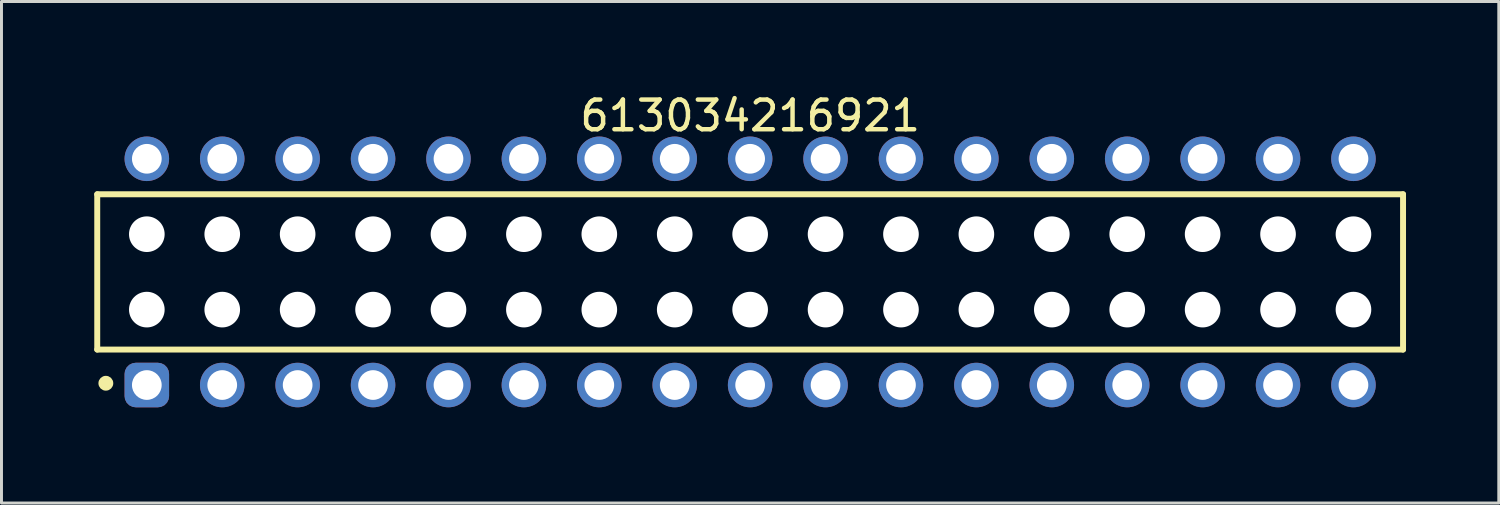
<source format=kicad_pcb>
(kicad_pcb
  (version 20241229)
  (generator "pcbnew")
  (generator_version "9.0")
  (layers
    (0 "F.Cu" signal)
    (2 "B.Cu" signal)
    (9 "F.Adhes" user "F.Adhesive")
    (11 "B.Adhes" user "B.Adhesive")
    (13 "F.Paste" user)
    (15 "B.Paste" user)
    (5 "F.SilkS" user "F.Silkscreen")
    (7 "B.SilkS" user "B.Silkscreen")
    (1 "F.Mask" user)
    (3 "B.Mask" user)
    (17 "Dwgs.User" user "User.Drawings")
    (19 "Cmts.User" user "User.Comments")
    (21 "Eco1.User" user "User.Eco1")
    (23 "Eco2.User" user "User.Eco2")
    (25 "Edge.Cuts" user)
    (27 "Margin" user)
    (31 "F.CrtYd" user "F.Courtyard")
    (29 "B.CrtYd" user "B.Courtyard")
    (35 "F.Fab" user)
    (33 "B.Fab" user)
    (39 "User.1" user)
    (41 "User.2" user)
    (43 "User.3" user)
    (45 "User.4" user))
  (footprint "613034216921"
    (layer "F.Cu")
    (at 22.215 6.108)
    (property "Reference" "613034216921" (at 0 -5.26 0) (layer "F.SilkS") (effects (font (size 1 1) (thickness 0.15))))
    (fp_line (start -21.99 -2.615) (end 21.99 -2.615) (stroke (width 0.2) (type solid)) (layer "F.SilkS"))
    (fp_line (start -21.99 2.615) (end -21.99 -2.615) (stroke (width 0.2) (type solid)) (layer "F.SilkS"))
    (fp_line (start -21.99 2.615) (end 21.99 2.615) (stroke (width 0.2) (type solid)) (layer "F.SilkS"))
    (fp_line (start 21.99 2.615) (end 21.99 -2.615) (stroke (width 0.2) (type solid)) (layer "F.SilkS"))
    (fp_circle (center -21.7 3.75) (end -21.7 3.625) (stroke (width 0.25) (type solid)) (fill no) (layer "F.SilkS"))
    (fp_line (start -22.19 -4.76) (end 22.19 -4.76) (stroke (width 0.05) (type solid)) (layer "Eco2.User"))
    (fp_line (start -22.19 4.76) (end -22.19 -4.76) (stroke (width 0.05) (type solid)) (layer "Eco2.User"))
    (fp_line (start -22.19 4.76) (end 22.19 4.76) (stroke (width 0.05) (type solid)) (layer "Eco2.User"))
    (fp_line (start -21.84 -2.54) (end 21.84 -2.54) (stroke (width 0.1) (type solid)) (layer "Eco2.User"))
    (fp_line (start -21.84 2.54) (end -21.84 -2.54) (stroke (width 0.1) (type solid)) (layer "Eco2.User"))
    (fp_line (start -21.84 2.54) (end 21.84 2.54) (stroke (width 0.1) (type solid)) (layer "Eco2.User"))
    (fp_line (start -20.72 -3.935) (end -19.92 -3.935) (stroke (width 0.1) (type solid)) (layer "Eco2.User"))
    (fp_line (start -20.72 -2.54) (end -20.72 -3.935) (stroke (width 0.1) (type solid)) (layer "Eco2.User"))
    (fp_line (start -20.72 3.935) (end -20.72 2.54) (stroke (width 0.1) (type solid)) (layer "Eco2.User"))
    (fp_line (start -20.72 3.935) (end -19.92 3.935) (stroke (width 0.1) (type solid)) (layer "Eco2.User"))
    (fp_line (start -19.92 -2.54) (end -19.92 -3.935) (stroke (width 0.1) (type solid)) (layer "Eco2.User"))
    (fp_line (start -19.92 3.935) (end -19.92 2.54) (stroke (width 0.1) (type solid)) (layer "Eco2.User"))
    (fp_line (start -18.18 -3.935) (end -17.38 -3.935) (stroke (width 0.1) (type solid)) (layer "Eco2.User"))
    (fp_line (start -18.18 -2.54) (end -18.18 -3.935) (stroke (width 0.1) (type solid)) (layer "Eco2.User"))
    (fp_line (start -18.18 3.935) (end -18.18 2.54) (stroke (width 0.1) (type solid)) (layer "Eco2.User"))
    (fp_line (start -18.18 3.935) (end -17.38 3.935) (stroke (width 0.1) (type solid)) (layer "Eco2.User"))
    (fp_line (start -17.38 -2.54) (end -17.38 -3.935) (stroke (width 0.1) (type solid)) (layer "Eco2.User"))
    (fp_line (start -17.38 3.935) (end -17.38 2.54) (stroke (width 0.1) (type solid)) (layer "Eco2.User"))
    (fp_line (start -15.64 -3.935) (end -14.84 -3.935) (stroke (width 0.1) (type solid)) (layer "Eco2.User"))
    (fp_line (start -15.64 -2.54) (end -15.64 -3.935) (stroke (width 0.1) (type solid)) (layer "Eco2.User"))
    (fp_line (start -15.64 3.935) (end -15.64 2.54) (stroke (width 0.1) (type solid)) (layer "Eco2.User"))
    (fp_line (start -15.64 3.935) (end -14.84 3.935) (stroke (width 0.1) (type solid)) (layer "Eco2.User"))
    (fp_line (start -14.84 -2.54) (end -14.84 -3.935) (stroke (width 0.1) (type solid)) (layer "Eco2.User"))
    (fp_line (start -14.84 3.935) (end -14.84 2.54) (stroke (width 0.1) (type solid)) (layer "Eco2.User"))
    (fp_line (start -13.1 -3.935) (end -12.3 -3.935) (stroke (width 0.1) (type solid)) (layer "Eco2.User"))
    (fp_line (start -13.1 -2.54) (end -13.1 -3.935) (stroke (width 0.1) (type solid)) (layer "Eco2.User"))
    (fp_line (start -13.1 3.935) (end -13.1 2.54) (stroke (width 0.1) (type solid)) (layer "Eco2.User"))
    (fp_line (start -13.1 3.935) (end -12.3 3.935) (stroke (width 0.1) (type solid)) (layer "Eco2.User"))
    (fp_line (start -12.3 -2.54) (end -12.3 -3.935) (stroke (width 0.1) (type solid)) (layer "Eco2.User"))
    (fp_line (start -12.3 3.935) (end -12.3 2.54) (stroke (width 0.1) (type solid)) (layer "Eco2.User"))
    (fp_line (start -10.56 -3.935) (end -9.76 -3.935) (stroke (width 0.1) (type solid)) (layer "Eco2.User"))
    (fp_line (start -10.56 -2.54) (end -10.56 -3.935) (stroke (width 0.1) (type solid)) (layer "Eco2.User"))
    (fp_line (start -10.56 3.935) (end -10.56 2.54) (stroke (width 0.1) (type solid)) (layer "Eco2.User"))
    (fp_line (start -10.56 3.935) (end -9.76 3.935) (stroke (width 0.1) (type solid)) (layer "Eco2.User"))
    (fp_line (start -9.76 -2.54) (end -9.76 -3.935) (stroke (width 0.1) (type solid)) (layer "Eco2.User"))
    (fp_line (start -9.76 3.935) (end -9.76 2.54) (stroke (width 0.1) (type solid)) (layer "Eco2.User"))
    (fp_line (start -8.02 -3.935) (end -7.22 -3.935) (stroke (width 0.1) (type solid)) (layer "Eco2.User"))
    (fp_line (start -8.02 -2.54) (end -8.02 -3.935) (stroke (width 0.1) (type solid)) (layer "Eco2.User"))
    (fp_line (start -8.02 3.935) (end -8.02 2.54) (stroke (width 0.1) (type solid)) (layer "Eco2.User"))
    (fp_line (start -8.02 3.935) (end -7.22 3.935) (stroke (width 0.1) (type solid)) (layer "Eco2.User"))
    (fp_line (start -7.22 -2.54) (end -7.22 -3.935) (stroke (width 0.1) (type solid)) (layer "Eco2.User"))
    (fp_line (start -7.22 3.935) (end -7.22 2.54) (stroke (width 0.1) (type solid)) (layer "Eco2.User"))
    (fp_line (start -5.48 -3.935) (end -4.68 -3.935) (stroke (width 0.1) (type solid)) (layer "Eco2.User"))
    (fp_line (start -5.48 -2.54) (end -5.48 -3.935) (stroke (width 0.1) (type solid)) (layer "Eco2.User"))
    (fp_line (start -5.48 3.935) (end -5.48 2.54) (stroke (width 0.1) (type solid)) (layer "Eco2.User"))
    (fp_line (start -5.48 3.935) (end -4.68 3.935) (stroke (width 0.1) (type solid)) (layer "Eco2.User"))
    (fp_line (start -4.68 -2.54) (end -4.68 -3.935) (stroke (width 0.1) (type solid)) (layer "Eco2.User"))
    (fp_line (start -4.68 3.935) (end -4.68 2.54) (stroke (width 0.1) (type solid)) (layer "Eco2.User"))
    (fp_line (start -2.94 -3.935) (end -2.14 -3.935) (stroke (width 0.1) (type solid)) (layer "Eco2.User"))
    (fp_line (start -2.94 -2.54) (end -2.94 -3.935) (stroke (width 0.1) (type solid)) (layer "Eco2.User"))
    (fp_line (start -2.94 3.935) (end -2.94 2.54) (stroke (width 0.1) (type solid)) (layer "Eco2.User"))
    (fp_line (start -2.94 3.935) (end -2.14 3.935) (stroke (width 0.1) (type solid)) (layer "Eco2.User"))
    (fp_line (start -2.14 -2.54) (end -2.14 -3.935) (stroke (width 0.1) (type solid)) (layer "Eco2.User"))
    (fp_line (start -2.14 3.935) (end -2.14 2.54) (stroke (width 0.1) (type solid)) (layer "Eco2.User"))
    (fp_line (start -0.5 0) (end 0.5 0) (stroke (width 0.05) (type solid)) (layer "Eco2.User"))
    (fp_line (start -0.4 -3.935) (end 0.4 -3.935) (stroke (width 0.1) (type solid)) (layer "Eco2.User"))
    (fp_line (start -0.4 -2.54) (end -0.4 -3.935) (stroke (width 0.1) (type solid)) (layer "Eco2.User"))
    (fp_line (start -0.4 3.935) (end -0.4 2.54) (stroke (width 0.1) (type solid)) (layer "Eco2.User"))
    (fp_line (start -0.4 3.935) (end 0.4 3.935) (stroke (width 0.1) (type solid)) (layer "Eco2.User"))
    (fp_line (start 0 0.5) (end 0 -0.5) (stroke (width 0.05) (type solid)) (layer "Eco2.User"))
    (fp_line (start 0.4 -2.54) (end 0.4 -3.935) (stroke (width 0.1) (type solid)) (layer "Eco2.User"))
    (fp_line (start 0.4 3.935) (end 0.4 2.54) (stroke (width 0.1) (type solid)) (layer "Eco2.User"))
    (fp_line (start 2.14 -3.935) (end 2.94 -3.935) (stroke (width 0.1) (type solid)) (layer "Eco2.User"))
    (fp_line (start 2.14 -2.54) (end 2.14 -3.935) (stroke (width 0.1) (type solid)) (layer "Eco2.User"))
    (fp_line (start 2.14 3.935) (end 2.14 2.54) (stroke (width 0.1) (type solid)) (layer "Eco2.User"))
    (fp_line (start 2.14 3.935) (end 2.94 3.935) (stroke (width 0.1) (type solid)) (layer "Eco2.User"))
    (fp_line (start 2.94 -2.54) (end 2.94 -3.935) (stroke (width 0.1) (type solid)) (layer "Eco2.User"))
    (fp_line (start 2.94 3.935) (end 2.94 2.54) (stroke (width 0.1) (type solid)) (layer "Eco2.User"))
    (fp_line (start 4.68 -3.935) (end 5.48 -3.935) (stroke (width 0.1) (type solid)) (layer "Eco2.User"))
    (fp_line (start 4.68 -2.54) (end 4.68 -3.935) (stroke (width 0.1) (type solid)) (layer "Eco2.User"))
    (fp_line (start 4.68 3.935) (end 4.68 2.54) (stroke (width 0.1) (type solid)) (layer "Eco2.User"))
    (fp_line (start 4.68 3.935) (end 5.48 3.935) (stroke (width 0.1) (type solid)) (layer "Eco2.User"))
    (fp_line (start 5.48 -2.54) (end 5.48 -3.935) (stroke (width 0.1) (type solid)) (layer "Eco2.User"))
    (fp_line (start 5.48 3.935) (end 5.48 2.54) (stroke (width 0.1) (type solid)) (layer "Eco2.User"))
    (fp_line (start 7.22 -3.935) (end 8.02 -3.935) (stroke (width 0.1) (type solid)) (layer "Eco2.User"))
    (fp_line (start 7.22 -2.54) (end 7.22 -3.935) (stroke (width 0.1) (type solid)) (layer "Eco2.User"))
    (fp_line (start 7.22 3.935) (end 7.22 2.54) (stroke (width 0.1) (type solid)) (layer "Eco2.User"))
    (fp_line (start 7.22 3.935) (end 8.02 3.935) (stroke (width 0.1) (type solid)) (layer "Eco2.User"))
    (fp_line (start 8.02 -2.54) (end 8.02 -3.935) (stroke (width 0.1) (type solid)) (layer "Eco2.User"))
    (fp_line (start 8.02 3.935) (end 8.02 2.54) (stroke (width 0.1) (type solid)) (layer "Eco2.User"))
    (fp_line (start 9.76 -3.935) (end 10.56 -3.935) (stroke (width 0.1) (type solid)) (layer "Eco2.User"))
    (fp_line (start 9.76 -2.54) (end 9.76 -3.935) (stroke (width 0.1) (type solid)) (layer "Eco2.User"))
    (fp_line (start 9.76 3.935) (end 9.76 2.54) (stroke (width 0.1) (type solid)) (layer "Eco2.User"))
    (fp_line (start 9.76 3.935) (end 10.56 3.935) (stroke (width 0.1) (type solid)) (layer "Eco2.User"))
    (fp_line (start 10.56 -2.54) (end 10.56 -3.935) (stroke (width 0.1) (type solid)) (layer "Eco2.User"))
    (fp_line (start 10.56 3.935) (end 10.56 2.54) (stroke (width 0.1) (type solid)) (layer "Eco2.User"))
    (fp_line (start 12.3 -3.935) (end 13.1 -3.935) (stroke (width 0.1) (type solid)) (layer "Eco2.User"))
    (fp_line (start 12.3 -2.54) (end 12.3 -3.935) (stroke (width 0.1) (type solid)) (layer "Eco2.User"))
    (fp_line (start 12.3 3.935) (end 12.3 2.54) (stroke (width 0.1) (type solid)) (layer "Eco2.User"))
    (fp_line (start 12.3 3.935) (end 13.1 3.935) (stroke (width 0.1) (type solid)) (layer "Eco2.User"))
    (fp_line (start 13.1 -2.54) (end 13.1 -3.935) (stroke (width 0.1) (type solid)) (layer "Eco2.User"))
    (fp_line (start 13.1 3.935) (end 13.1 2.54) (stroke (width 0.1) (type solid)) (layer "Eco2.User"))
    (fp_line (start 14.84 -3.935) (end 15.64 -3.935) (stroke (width 0.1) (type solid)) (layer "Eco2.User"))
    (fp_line (start 14.84 -2.54) (end 14.84 -3.935) (stroke (width 0.1) (type solid)) (layer "Eco2.User"))
    (fp_line (start 14.84 3.935) (end 14.84 2.54) (stroke (width 0.1) (type solid)) (layer "Eco2.User"))
    (fp_line (start 14.84 3.935) (end 15.64 3.935) (stroke (width 0.1) (type solid)) (layer "Eco2.User"))
    (fp_line (start 15.64 -2.54) (end 15.64 -3.935) (stroke (width 0.1) (type solid)) (layer "Eco2.User"))
    (fp_line (start 15.64 3.935) (end 15.64 2.54) (stroke (width 0.1) (type solid)) (layer "Eco2.User"))
    (fp_line (start 17.38 -3.935) (end 18.18 -3.935) (stroke (width 0.1) (type solid)) (layer "Eco2.User"))
    (fp_line (start 17.38 -2.54) (end 17.38 -3.935) (stroke (width 0.1) (type solid)) (layer "Eco2.User"))
    (fp_line (start 17.38 3.935) (end 17.38 2.54) (stroke (width 0.1) (type solid)) (layer "Eco2.User"))
    (fp_line (start 17.38 3.935) (end 18.18 3.935) (stroke (width 0.1) (type solid)) (layer "Eco2.User"))
    (fp_line (start 18.18 -2.54) (end 18.18 -3.935) (stroke (width 0.1) (type solid)) (layer "Eco2.User"))
    (fp_line (start 18.18 3.935) (end 18.18 2.54) (stroke (width 0.1) (type solid)) (layer "Eco2.User"))
    (fp_line (start 19.92 -3.935) (end 20.72 -3.935) (stroke (width 0.1) (type solid)) (layer "Eco2.User"))
    (fp_line (start 19.92 -2.54) (end 19.92 -3.935) (stroke (width 0.1) (type solid)) (layer "Eco2.User"))
    (fp_line (start 19.92 3.935) (end 19.92 2.54) (stroke (width 0.1) (type solid)) (layer "Eco2.User"))
    (fp_line (start 19.92 3.935) (end 20.72 3.935) (stroke (width 0.1) (type solid)) (layer "Eco2.User"))
    (fp_line (start 20.72 -2.54) (end 20.72 -3.935) (stroke (width 0.1) (type solid)) (layer "Eco2.User"))
    (fp_line (start 20.72 3.935) (end 20.72 2.54) (stroke (width 0.1) (type solid)) (layer "Eco2.User"))
    (fp_line (start 21.84 2.54) (end 21.84 -2.54) (stroke (width 0.1) (type solid)) (layer "Eco2.User"))
    (fp_line (start 22.19 4.76) (end 22.19 -4.76) (stroke (width 0.05) (type solid)) (layer "Eco2.User"))
    (fp_text user "${REFERENCE}" (at 0.15 -0.197 0) (unlocked yes) (layer "User.3") (effects (font (size 1.5 1.5) (thickness 0.15))))
    (pad "" np_thru_hole circle (at -20.32 -1.27) (size 1.2 1.2) (drill 1.2) (layers "*.Cu" "*.Mask"))
    (pad "" np_thru_hole circle (at -20.32 1.27) (size 1.2 1.2) (drill 1.2) (layers "*.Cu" "*.Mask"))
    (pad "" np_thru_hole circle (at -17.78 -1.27) (size 1.2 1.2) (drill 1.2) (layers "*.Cu" "*.Mask"))
    (pad "" np_thru_hole circle (at -17.78 1.27) (size 1.2 1.2) (drill 1.2) (layers "*.Cu" "*.Mask"))
    (pad "" np_thru_hole circle (at -15.24 -1.27) (size 1.2 1.2) (drill 1.2) (layers "*.Cu" "*.Mask"))
    (pad "" np_thru_hole circle (at -15.24 1.27) (size 1.2 1.2) (drill 1.2) (layers "*.Cu" "*.Mask"))
    (pad "" np_thru_hole circle (at -12.7 -1.27) (size 1.2 1.2) (drill 1.2) (layers "*.Cu" "*.Mask"))
    (pad "" np_thru_hole circle (at -12.7 1.27) (size 1.2 1.2) (drill 1.2) (layers "*.Cu" "*.Mask"))
    (pad "" np_thru_hole circle (at -10.16 -1.27) (size 1.2 1.2) (drill 1.2) (layers "*.Cu" "*.Mask"))
    (pad "" np_thru_hole circle (at -10.16 1.27) (size 1.2 1.2) (drill 1.2) (layers "*.Cu" "*.Mask"))
    (pad "" np_thru_hole circle (at -7.62 -1.27) (size 1.2 1.2) (drill 1.2) (layers "*.Cu" "*.Mask"))
    (pad "" np_thru_hole circle (at -7.62 1.27) (size 1.2 1.2) (drill 1.2) (layers "*.Cu" "*.Mask"))
    (pad "" np_thru_hole circle (at -5.08 -1.27) (size 1.2 1.2) (drill 1.2) (layers "*.Cu" "*.Mask"))
    (pad "" np_thru_hole circle (at -5.08 1.27) (size 1.2 1.2) (drill 1.2) (layers "*.Cu" "*.Mask"))
    (pad "" np_thru_hole circle (at -2.54 -1.27) (size 1.2 1.2) (drill 1.2) (layers "*.Cu" "*.Mask"))
    (pad "" np_thru_hole circle (at -2.54 1.27) (size 1.2 1.2) (drill 1.2) (layers "*.Cu" "*.Mask"))
    (pad "" np_thru_hole circle (at 0 -1.27) (size 1.2 1.2) (drill 1.2) (layers "*.Cu" "*.Mask"))
    (pad "" np_thru_hole circle (at 0 1.27) (size 1.2 1.2) (drill 1.2) (layers "*.Cu" "*.Mask"))
    (pad "" np_thru_hole circle (at 2.54 -1.27) (size 1.2 1.2) (drill 1.2) (layers "*.Cu" "*.Mask"))
    (pad "" np_thru_hole circle (at 2.54 1.27) (size 1.2 1.2) (drill 1.2) (layers "*.Cu" "*.Mask"))
    (pad "" np_thru_hole circle (at 5.08 -1.27) (size 1.2 1.2) (drill 1.2) (layers "*.Cu" "*.Mask"))
    (pad "" np_thru_hole circle (at 5.08 1.27) (size 1.2 1.2) (drill 1.2) (layers "*.Cu" "*.Mask"))
    (pad "" np_thru_hole circle (at 7.62 -1.27) (size 1.2 1.2) (drill 1.2) (layers "*.Cu" "*.Mask"))
    (pad "" np_thru_hole circle (at 7.62 1.27) (size 1.2 1.2) (drill 1.2) (layers "*.Cu" "*.Mask"))
    (pad "" np_thru_hole circle (at 10.16 -1.27) (size 1.2 1.2) (drill 1.2) (layers "*.Cu" "*.Mask"))
    (pad "" np_thru_hole circle (at 10.16 1.27) (size 1.2 1.2) (drill 1.2) (layers "*.Cu" "*.Mask"))
    (pad "" np_thru_hole circle (at 12.7 -1.27) (size 1.2 1.2) (drill 1.2) (layers "*.Cu" "*.Mask"))
    (pad "" np_thru_hole circle (at 12.7 1.27) (size 1.2 1.2) (drill 1.2) (layers "*.Cu" "*.Mask"))
    (pad "" np_thru_hole circle (at 15.24 -1.27) (size 1.2 1.2) (drill 1.2) (layers "*.Cu" "*.Mask"))
    (pad "" np_thru_hole circle (at 15.24 1.27) (size 1.2 1.2) (drill 1.2) (layers "*.Cu" "*.Mask"))
    (pad "" np_thru_hole circle (at 17.78 -1.27) (size 1.2 1.2) (drill 1.2) (layers "*.Cu" "*.Mask"))
    (pad "" np_thru_hole circle (at 17.78 1.27) (size 1.2 1.2) (drill 1.2) (layers "*.Cu" "*.Mask"))
    (pad "" np_thru_hole circle (at 20.32 -1.27) (size 1.2 1.2) (drill 1.2) (layers "*.Cu" "*.Mask"))
    (pad "" np_thru_hole circle (at 20.32 1.27) (size 1.2 1.2) (drill 1.2) (layers "*.Cu" "*.Mask"))
    (pad "1" thru_hole roundrect (at -20.32 3.81) (size 1.5 1.5) (drill 1) (layers "*.Cu" "*.Mask") (roundrect_rratio 0.25))
    (pad "2" thru_hole circle (at -20.32 -3.81) (size 1.5 1.5) (drill 1) (layers "*.Cu" "*.Mask"))
    (pad "3" thru_hole circle (at -17.78 3.81) (size 1.5 1.5) (drill 1) (layers "*.Cu" "*.Mask"))
    (pad "4" thru_hole circle (at -17.78 -3.81) (size 1.5 1.5) (drill 1) (layers "*.Cu" "*.Mask"))
    (pad "5" thru_hole circle (at -15.24 3.81) (size 1.5 1.5) (drill 1) (layers "*.Cu" "*.Mask"))
    (pad "6" thru_hole circle (at -15.24 -3.81) (size 1.5 1.5) (drill 1) (layers "*.Cu" "*.Mask"))
    (pad "7" thru_hole circle (at -12.7 3.81) (size 1.5 1.5) (drill 1) (layers "*.Cu" "*.Mask"))
    (pad "8" thru_hole circle (at -12.7 -3.81) (size 1.5 1.5) (drill 1) (layers "*.Cu" "*.Mask"))
    (pad "9" thru_hole circle (at -10.16 3.81) (size 1.5 1.5) (drill 1) (layers "*.Cu" "*.Mask"))
    (pad "10" thru_hole circle (at -10.16 -3.81) (size 1.5 1.5) (drill 1) (layers "*.Cu" "*.Mask"))
    (pad "11" thru_hole circle (at -7.62 3.81) (size 1.5 1.5) (drill 1) (layers "*.Cu" "*.Mask"))
    (pad "12" thru_hole circle (at -7.62 -3.81) (size 1.5 1.5) (drill 1) (layers "*.Cu" "*.Mask"))
    (pad "13" thru_hole circle (at -5.08 3.81) (size 1.5 1.5) (drill 1) (layers "*.Cu" "*.Mask"))
    (pad "14" thru_hole circle (at -5.08 -3.81) (size 1.5 1.5) (drill 1) (layers "*.Cu" "*.Mask"))
    (pad "15" thru_hole circle (at -2.54 3.81) (size 1.5 1.5) (drill 1) (layers "*.Cu" "*.Mask"))
    (pad "16" thru_hole circle (at -2.54 -3.81) (size 1.5 1.5) (drill 1) (layers "*.Cu" "*.Mask"))
    (pad "17" thru_hole circle (at 0 3.81) (size 1.5 1.5) (drill 1) (layers "*.Cu" "*.Mask"))
    (pad "18" thru_hole circle (at 0 -3.81) (size 1.5 1.5) (drill 1) (layers "*.Cu" "*.Mask"))
    (pad "19" thru_hole circle (at 2.54 3.81) (size 1.5 1.5) (drill 1) (layers "*.Cu" "*.Mask"))
    (pad "20" thru_hole circle (at 2.54 -3.81) (size 1.5 1.5) (drill 1) (layers "*.Cu" "*.Mask"))
    (pad "21" thru_hole circle (at 5.08 3.81) (size 1.5 1.5) (drill 1) (layers "*.Cu" "*.Mask"))
    (pad "22" thru_hole circle (at 5.08 -3.81) (size 1.5 1.5) (drill 1) (layers "*.Cu" "*.Mask"))
    (pad "23" thru_hole circle (at 7.62 3.81) (size 1.5 1.5) (drill 1) (layers "*.Cu" "*.Mask"))
    (pad "24" thru_hole circle (at 7.62 -3.81) (size 1.5 1.5) (drill 1) (layers "*.Cu" "*.Mask"))
    (pad "25" thru_hole circle (at 10.16 3.81) (size 1.5 1.5) (drill 1) (layers "*.Cu" "*.Mask"))
    (pad "26" thru_hole circle (at 10.16 -3.81) (size 1.5 1.5) (drill 1) (layers "*.Cu" "*.Mask"))
    (pad "27" thru_hole circle (at 12.7 3.81) (size 1.5 1.5) (drill 1) (layers "*.Cu" "*.Mask"))
    (pad "28" thru_hole circle (at 12.7 -3.81) (size 1.5 1.5) (drill 1) (layers "*.Cu" "*.Mask"))
    (pad "29" thru_hole circle (at 15.24 3.81) (size 1.5 1.5) (drill 1) (layers "*.Cu" "*.Mask"))
    (pad "30" thru_hole circle (at 15.24 -3.81) (size 1.5 1.5) (drill 1) (layers "*.Cu" "*.Mask"))
    (pad "31" thru_hole circle (at 17.78 3.81) (size 1.5 1.5) (drill 1) (layers "*.Cu" "*.Mask"))
    (pad "32" thru_hole circle (at 17.78 -3.81) (size 1.5 1.5) (drill 1) (layers "*.Cu" "*.Mask"))
    (pad "33" thru_hole circle (at 20.32 3.81) (size 1.5 1.5) (drill 1) (layers "*.Cu" "*.Mask"))
    (pad "34" thru_hole circle (at 20.32 -3.81) (size 1.5 1.5) (drill 1) (layers "*.Cu" "*.Mask")))
  (gr_rect
    (start -3 -3)
    (end 47.43 13.893)
    (stroke (width 0.1) (type default))
    (fill no)
    (layer "Edge.Cuts")))
</source>
